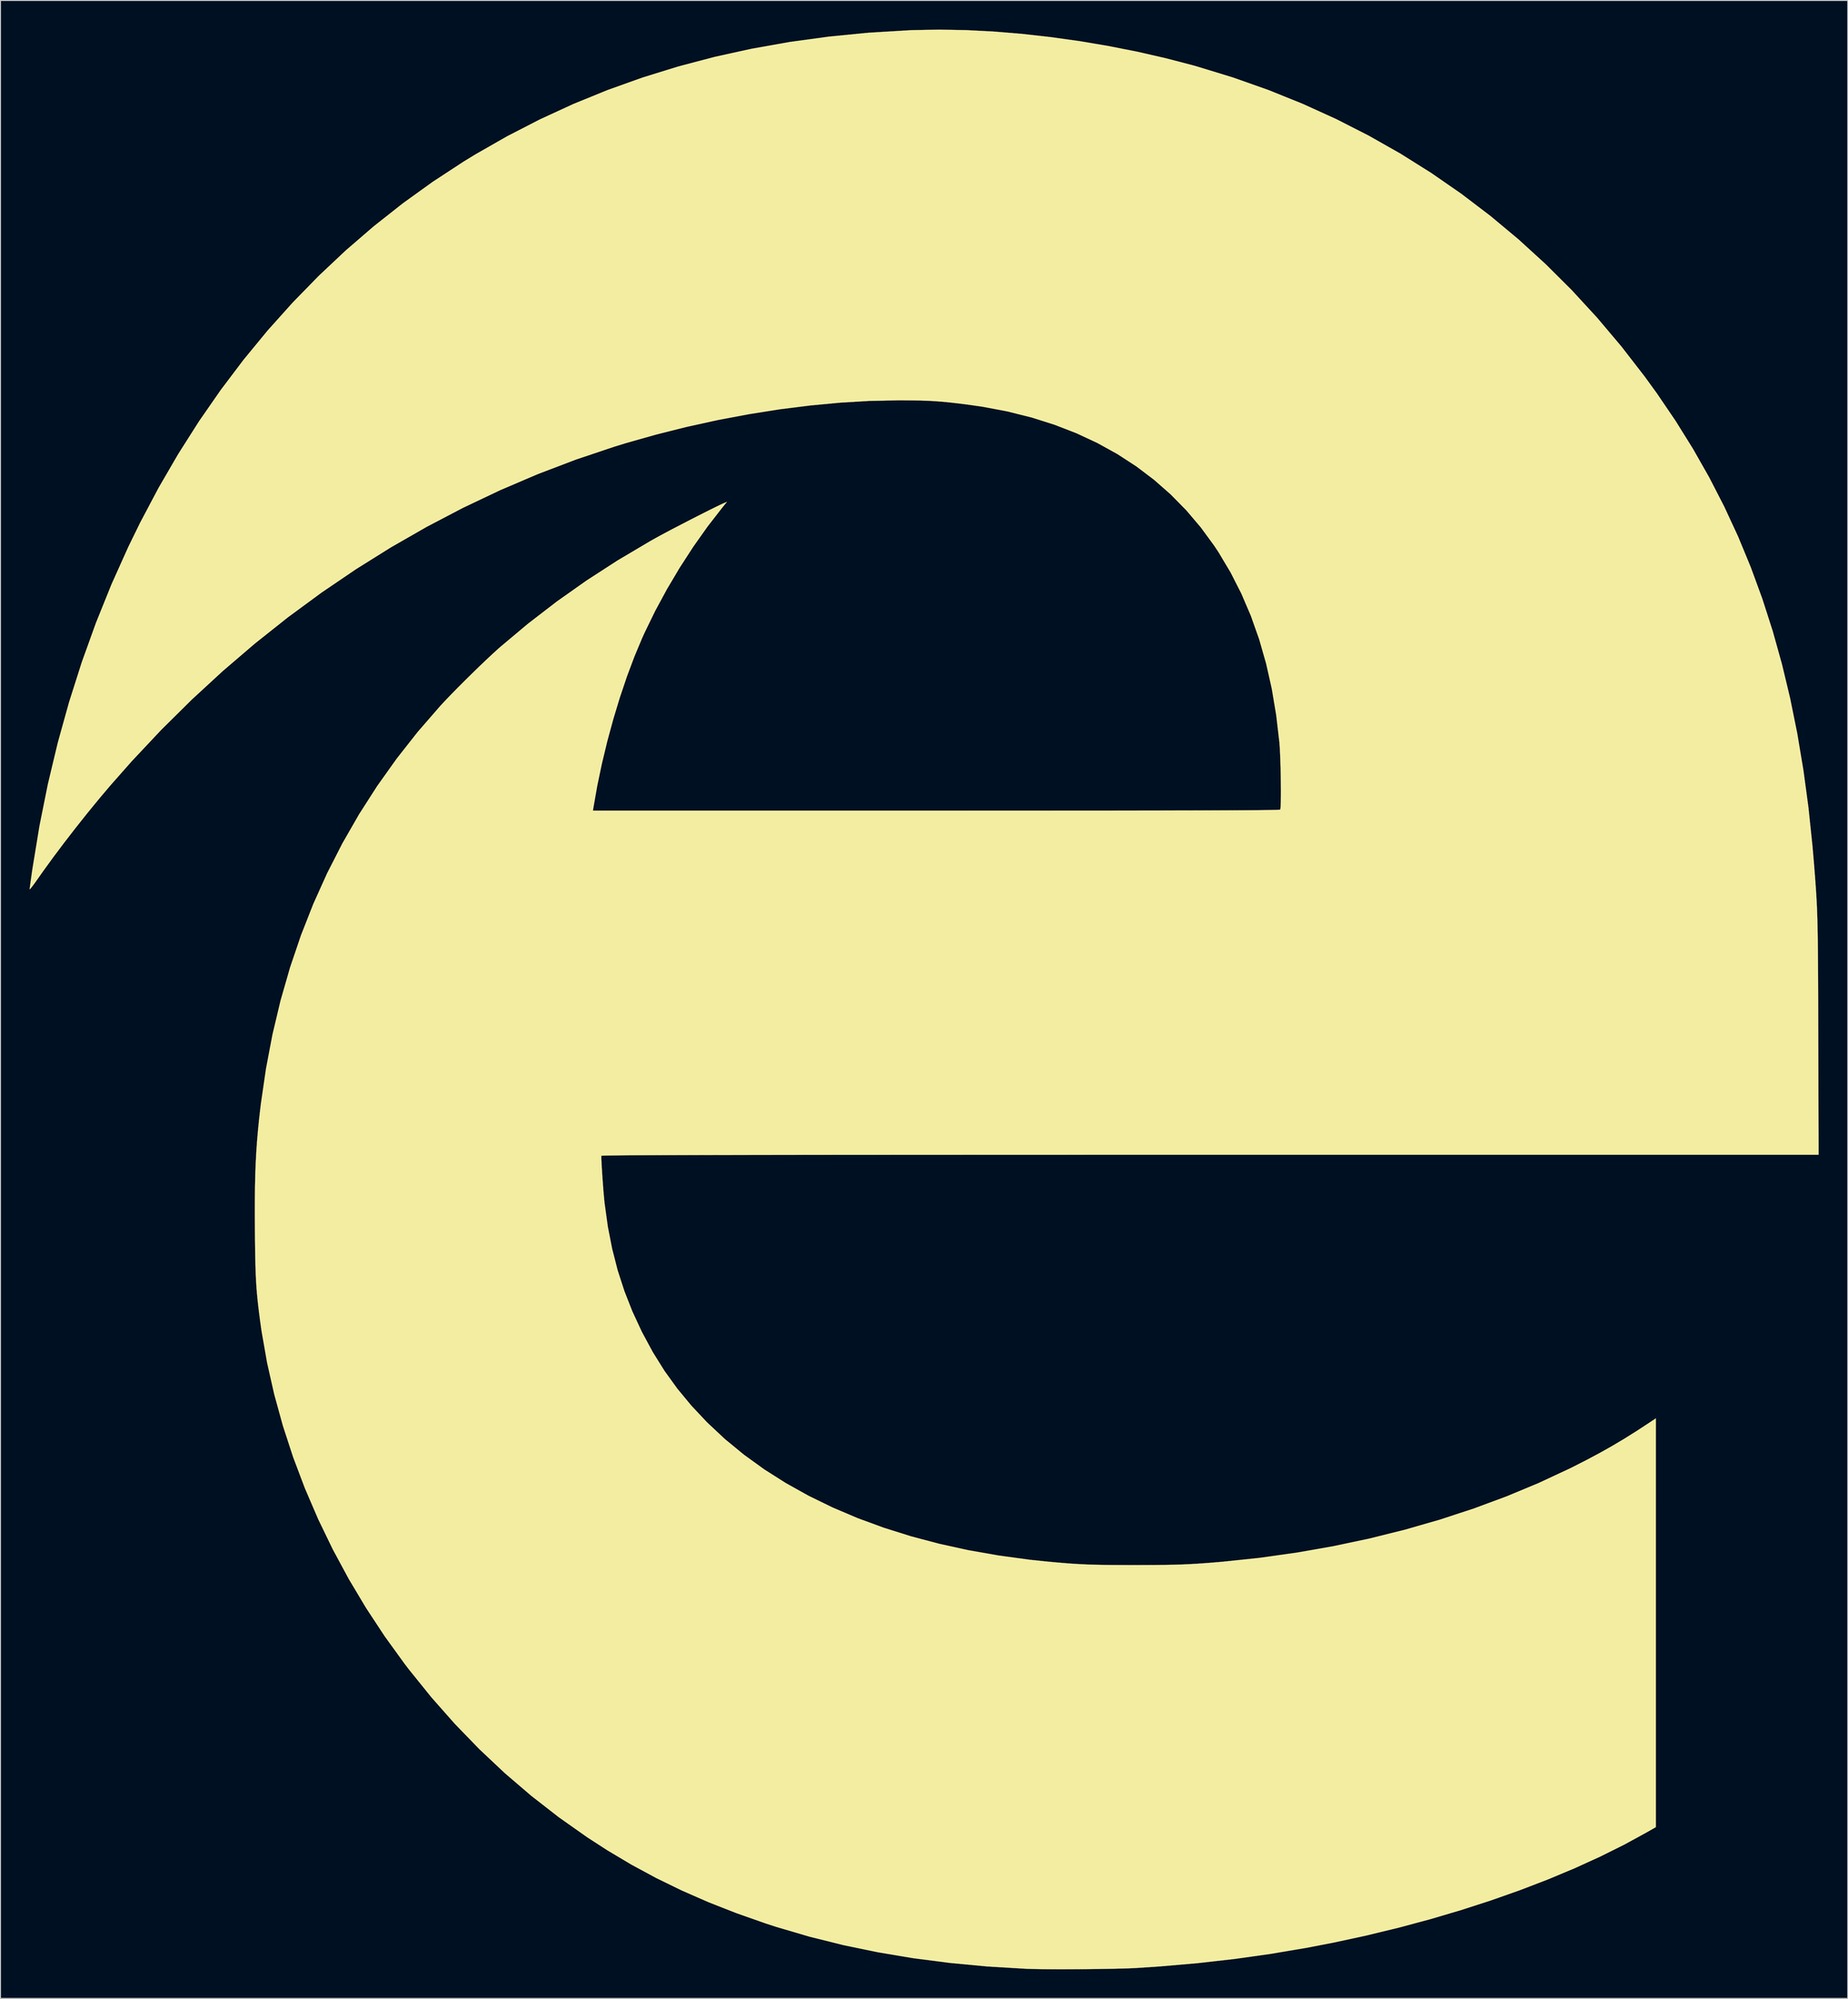
<source format=kicad_pcb>
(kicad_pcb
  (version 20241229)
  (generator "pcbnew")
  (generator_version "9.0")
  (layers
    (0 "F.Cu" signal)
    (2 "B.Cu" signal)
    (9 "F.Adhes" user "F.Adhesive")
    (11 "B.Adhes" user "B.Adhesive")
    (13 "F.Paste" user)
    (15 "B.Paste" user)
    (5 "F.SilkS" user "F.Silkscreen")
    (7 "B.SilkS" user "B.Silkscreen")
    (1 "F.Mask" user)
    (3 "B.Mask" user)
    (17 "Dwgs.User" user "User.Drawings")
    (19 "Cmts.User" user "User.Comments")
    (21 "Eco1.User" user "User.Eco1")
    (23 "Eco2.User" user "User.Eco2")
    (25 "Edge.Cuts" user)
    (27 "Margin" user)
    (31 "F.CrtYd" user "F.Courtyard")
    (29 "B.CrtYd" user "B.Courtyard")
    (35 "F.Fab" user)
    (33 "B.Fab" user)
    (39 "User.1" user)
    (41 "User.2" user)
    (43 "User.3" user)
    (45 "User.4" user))
  (footprint "edge_20x20_F"
    (layer "F.Cu")
    (at 92.207 99.974)
    (property "Reference" "edge_20x20_F" (at 0 0 0) (layer "F.SilkS") (effects (font (size 1.524 1.524) (thickness 0.3))))
    (attr through_hole)
    (fp_poly (pts (xy 4.321 -99.919) (xy 7.171 -99.772) (xy 10.087 -99.532) (xy 13.046 -99.202) (xy 16.026 -98.784) (xy 19.004 -98.282) (xy 21.956 -97.698) (xy 24.86 -97.036) (xy 27.693 -96.298) (xy 28.115 -96.179) (xy 31.836 -95.04) (xy 35.47 -93.757) (xy 39.016 -92.328) (xy 42.472 -90.757) (xy 45.838 -89.042) (xy 49.112 -87.186) (xy 52.294 -85.188) (xy 55.382 -83.05) (xy 58.375 -80.773) (xy 61.272 -78.357) (xy 64.072 -75.802) (xy 66.774 -73.111) (xy 69.376 -70.283) (xy 71.878 -67.319) (xy 74.279 -64.22) (xy 75.539 -62.483) (xy 77.468 -59.645) (xy 79.267 -56.756) (xy 80.94 -53.81) (xy 82.488 -50.8) (xy 83.914 -47.72) (xy 85.219 -44.563) (xy 86.406 -41.323) (xy 87.477 -37.994) (xy 88.434 -34.569) (xy 89.28 -31.042) (xy 90.015 -27.407) (xy 90.643 -23.658) (xy 91.166 -19.787) (xy 91.585 -15.789) (xy 91.732 -14.055) (xy 91.788 -13.352) (xy 91.838 -12.705) (xy 91.883 -12.103) (xy 91.924 -11.534) (xy 91.96 -10.987) (xy 91.992 -10.451) (xy 92.021 -9.915) (xy 92.046 -9.366) (xy 92.067 -8.795) (xy 92.086 -8.19) (xy 92.102 -7.539) (xy 92.116 -6.831) (xy 92.128 -6.055) (xy 92.137 -5.199) (xy 92.146 -4.253) (xy 92.153 -3.205) (xy 92.159 -2.044) (xy 92.164 -0.758) (xy 92.169 0.664) (xy 92.174 2.232) (xy 92.178 3.916) (xy 92.212 16.002) (xy 29.469 16.002) (xy 25.429 16.002) (xy 21.554 16.002) (xy 17.843 16.002) (xy 14.293 16.003) (xy 10.899 16.003) (xy 7.659 16.004) (xy 4.57 16.005) (xy 1.628 16.006) (xy -1.169 16.007) (xy -3.824 16.008) (xy -6.34 16.009) (xy -8.722 16.01) (xy -10.971 16.012) (xy -13.09 16.014) (xy -15.084 16.016) (xy -16.954 16.018) (xy -18.705 16.02) (xy -20.338 16.023) (xy -21.858 16.025) (xy -23.267 16.028) (xy -24.568 16.031) (xy -25.765 16.034) (xy -26.86 16.038) (xy -27.857 16.042) (xy -28.759 16.046) (xy -29.568 16.05) (xy -30.288 16.054) (xy -30.922 16.059) (xy -31.474 16.063) (xy -31.945 16.069) (xy -32.339 16.074) (xy -32.66 16.08) (xy -32.91 16.085) (xy -33.092 16.092) (xy -33.21 16.098) (xy -33.267 16.105) (xy -33.273 16.108) (xy -33.264 16.466) (xy -33.241 16.957) (xy -33.207 17.545) (xy -33.166 18.194) (xy -33.118 18.869) (xy -33.068 19.534) (xy -33.016 20.154) (xy -32.966 20.691) (xy -32.934 20.998) (xy -32.6 23.405) (xy -32.152 25.703) (xy -31.585 27.914) (xy -30.89 30.059) (xy -30.063 32.16) (xy -29.097 34.239) (xy -29.071 34.29) (xy -27.963 36.344) (xy -26.759 38.273) (xy -25.44 40.102) (xy -23.99 41.856) (xy -22.391 43.559) (xy -22.35 43.6) (xy -20.526 45.308) (xy -18.566 46.918) (xy -16.475 48.429) (xy -14.255 49.838) (xy -11.91 51.146) (xy -9.445 52.349) (xy -6.863 53.448) (xy -4.167 54.439) (xy -1.361 55.322) (xy 1.551 56.095) (xy 4.565 56.757) (xy 7.678 57.305) (xy 10.886 57.74) (xy 12.45 57.906) (xy 13.35 57.992) (xy 14.164 58.064) (xy 14.918 58.124) (xy 15.639 58.173) (xy 16.352 58.211) (xy 17.083 58.241) (xy 17.858 58.263) (xy 18.703 58.278) (xy 19.643 58.287) (xy 20.705 58.291) (xy 21.717 58.292) (xy 22.902 58.29) (xy 23.945 58.284) (xy 24.873 58.274) (xy 25.712 58.258) (xy 26.489 58.235) (xy 27.232 58.204) (xy 27.966 58.164) (xy 28.72 58.114) (xy 29.519 58.054) (xy 30.391 57.981) (xy 30.776 57.948) (xy 34.619 57.543) (xy 38.432 57.007) (xy 42.204 56.343) (xy 45.924 55.554) (xy 49.581 54.643) (xy 53.162 53.613) (xy 56.656 52.467) (xy 60.051 51.209) (xy 63.337 49.841) (xy 66.501 48.366) (xy 66.929 48.154) (xy 68.361 47.424) (xy 69.685 46.717) (xy 70.943 46.008) (xy 72.181 45.271) (xy 73.442 44.481) (xy 74.772 43.61) (xy 75.205 43.32) (xy 75.438 43.163) (xy 75.437 64.233) (xy 75.437 85.302) (xy 74.527 85.823) (xy 72.179 87.106) (xy 69.677 88.351) (xy 67.034 89.555) (xy 64.261 90.714) (xy 61.372 91.822) (xy 58.378 92.877) (xy 55.293 93.873) (xy 52.128 94.807) (xy 48.895 95.674) (xy 45.608 96.471) (xy 42.278 97.193) (xy 39.436 97.741) (xy 35.7 98.372) (xy 31.958 98.898) (xy 28.172 99.327) (xy 24.303 99.66) (xy 21.802 99.825) (xy 21.256 99.851) (xy 20.566 99.874) (xy 19.757 99.894) (xy 18.855 99.912) (xy 17.885 99.927) (xy 16.872 99.938) (xy 15.842 99.946) (xy 14.82 99.95) (xy 13.832 99.951) (xy 12.902 99.947) (xy 12.056 99.939) (xy 11.319 99.927) (xy 10.717 99.911) (xy 10.541 99.904) (xy 6.547 99.665) (xy 2.665 99.301) (xy -1.11 98.812) (xy -4.783 98.197) (xy -8.356 97.455) (xy -11.835 96.586) (xy -15.224 95.589) (xy -16.383 95.212) (xy -19.376 94.157) (xy -22.23 93.036) (xy -24.965 91.838) (xy -27.599 90.555) (xy -30.154 89.176) (xy -32.649 87.691) (xy -34.713 86.355) (xy -37.651 84.283) (xy -40.485 82.078) (xy -43.214 79.741) (xy -45.841 77.269) (xy -48.364 74.663) (xy -50.785 71.923) (xy -53.105 69.047) (xy -53.527 68.495) (xy -55.588 65.647) (xy -57.516 62.719) (xy -59.308 59.719) (xy -60.959 56.657) (xy -62.466 53.54) (xy -63.826 50.377) (xy -65.036 47.176) (xy -66.091 43.945) (xy -66.988 40.692) (xy -67.725 37.426) (xy -68.297 34.155) (xy -68.45 33.062) (xy -68.551 32.281) (xy -68.638 31.57) (xy -68.711 30.906) (xy -68.773 30.267) (xy -68.823 29.631) (xy -68.864 28.976) (xy -68.897 28.278) (xy -68.923 27.515) (xy -68.944 26.665) (xy -68.96 25.706) (xy -68.973 24.614) (xy -68.981 23.808) (xy -68.99 22.187) (xy -68.988 20.71) (xy -68.973 19.353) (xy -68.945 18.093) (xy -68.901 16.905) (xy -68.841 15.764) (xy -68.764 14.647) (xy -68.668 13.528) (xy -68.553 12.385) (xy -68.417 11.192) (xy -68.364 10.753) (xy -67.836 7.121) (xy -67.159 3.567) (xy -66.332 0.091) (xy -65.355 -3.306) (xy -64.23 -6.624) (xy -62.956 -9.862) (xy -61.533 -13.019) (xy -59.963 -16.095) (xy -58.244 -19.089) (xy -56.378 -22) (xy -54.364 -24.829) (xy -52.204 -27.574) (xy -49.896 -30.234) (xy -49.865 -30.268) (xy -49.351 -30.822) (xy -48.74 -31.458) (xy -48.058 -32.153) (xy -47.331 -32.881) (xy -46.582 -33.619) (xy -45.839 -34.341) (xy -45.125 -35.022) (xy -44.466 -35.638) (xy -43.887 -36.165) (xy -43.688 -36.34) (xy -40.83 -38.737) (xy -37.868 -41.017) (xy -34.793 -43.189) (xy -31.593 -45.259) (xy -28.26 -47.234) (xy -27.601 -47.604) (xy -27.182 -47.834) (xy -26.664 -48.112) (xy -26.068 -48.427) (xy -25.417 -48.767) (xy -24.732 -49.122) (xy -24.034 -49.482) (xy -23.344 -49.834) (xy -22.684 -50.169) (xy -22.075 -50.475) (xy -21.538 -50.741) (xy -21.095 -50.956) (xy -20.768 -51.11) (xy -20.635 -51.168) (xy -20.314 -51.302) (xy -20.812 -50.691) (xy -22.317 -48.753) (xy -23.783 -46.683) (xy -25.188 -44.516) (xy -26.509 -42.291) (xy -27.725 -40.042) (xy -28.813 -37.807) (xy -29.068 -37.241) (xy -29.866 -35.336) (xy -30.632 -33.292) (xy -31.357 -31.14) (xy -32.034 -28.908) (xy -32.654 -26.627) (xy -33.209 -24.326) (xy -33.689 -22.034) (xy -34.078 -19.833) (xy -34.136 -19.473) (xy 1.258 -19.473) (xy 4.278 -19.473) (xy 7.133 -19.474) (xy 9.827 -19.474) (xy 12.364 -19.475) (xy 14.748 -19.476) (xy 16.983 -19.477) (xy 19.072 -19.478) (xy 21.022 -19.48) (xy 22.834 -19.482) (xy 24.514 -19.484) (xy 26.065 -19.487) (xy 27.491 -19.489) (xy 28.797 -19.493) (xy 29.987 -19.496) (xy 31.064 -19.5) (xy 32.033 -19.504) (xy 32.898 -19.509) (xy 33.663 -19.514) (xy 34.332 -19.519) (xy 34.909 -19.525) (xy 35.398 -19.531) (xy 35.803 -19.537) (xy 36.128 -19.544) (xy 36.378 -19.552) (xy 36.556 -19.56) (xy 36.667 -19.568) (xy 36.714 -19.577) (xy 36.716 -19.579) (xy 36.741 -19.706) (xy 36.76 -19.981) (xy 36.774 -20.381) (xy 36.781 -20.884) (xy 36.783 -21.469) (xy 36.779 -22.114) (xy 36.771 -22.795) (xy 36.758 -23.493) (xy 36.741 -24.184) (xy 36.719 -24.846) (xy 36.694 -25.458) (xy 36.665 -25.998) (xy 36.633 -26.444) (xy 36.628 -26.501) (xy 36.3 -29.324) (xy 35.844 -32.038) (xy 35.257 -34.645) (xy 34.54 -37.144) (xy 33.693 -39.537) (xy 32.715 -41.824) (xy 31.607 -44.006) (xy 30.367 -46.084) (xy 29.912 -46.773) (xy 28.534 -48.656) (xy 27.04 -50.417) (xy 25.432 -52.055) (xy 23.71 -53.569) (xy 21.876 -54.957) (xy 19.932 -56.22) (xy 17.88 -57.355) (xy 15.721 -58.363) (xy 13.456 -59.242) (xy 11.087 -59.992) (xy 8.616 -60.611) (xy 6.044 -61.099) (xy 4.368 -61.339) (xy 3.44 -61.453) (xy 2.619 -61.545) (xy 1.868 -61.617) (xy 1.151 -61.672) (xy 0.432 -61.711) (xy -0.326 -61.737) (xy -1.158 -61.752) (xy -2.101 -61.759) (xy -2.752 -61.759) (xy -5.651 -61.698) (xy -8.651 -61.521) (xy -11.731 -61.233) (xy -14.871 -60.836) (xy -18.051 -60.334) (xy -21.25 -59.731) (xy -24.447 -59.029) (xy -27.623 -58.232) (xy -30.757 -57.344) (xy -31.931 -56.983) (xy -35.905 -55.648) (xy -39.828 -54.153) (xy -43.697 -52.499) (xy -47.508 -50.69) (xy -51.258 -48.728) (xy -54.943 -46.616) (xy -58.56 -44.355) (xy -62.105 -41.948) (xy -65.575 -39.397) (xy -68.965 -36.705) (xy -72.273 -33.874) (xy -75.495 -30.907) (xy -78.627 -27.806) (xy -81.666 -24.573) (xy -83.877 -22.069) (xy -85.047 -20.684) (xy -86.247 -19.218) (xy -87.45 -17.705) (xy -88.628 -16.181) (xy -89.755 -14.681) (xy -90.802 -13.24) (xy -91.385 -12.414) (xy -91.652 -12.036) (xy -91.882 -11.723) (xy -92.061 -11.494) (xy -92.172 -11.368) (xy -92.202 -11.357) (xy -92.19 -11.471) (xy -92.157 -11.728) (xy -92.106 -12.103) (xy -92.04 -12.572) (xy -91.964 -13.11) (xy -91.906 -13.506) (xy -91.19 -17.878) (xy -90.322 -22.197) (xy -89.304 -26.457) (xy -88.137 -30.652) (xy -86.825 -34.775) (xy -85.367 -38.822) (xy -83.768 -42.786) (xy -82.027 -46.661) (xy -80.811 -49.149) (xy -78.912 -52.737) (xy -76.893 -56.213) (xy -74.758 -59.575) (xy -72.507 -62.821) (xy -70.145 -65.947) (xy -67.672 -68.952) (xy -65.091 -71.832) (xy -62.405 -74.585) (xy -59.616 -77.21) (xy -56.726 -79.702) (xy -53.738 -82.06) (xy -50.653 -84.281) (xy -47.474 -86.362) (xy -46.27 -87.099) (xy -42.97 -88.984) (xy -39.596 -90.72) (xy -36.148 -92.307) (xy -32.623 -93.744) (xy -29.021 -95.032) (xy -25.342 -96.171) (xy -21.583 -97.162) (xy -17.746 -98.005) (xy -13.827 -98.7) (xy -9.828 -99.248) (xy -5.746 -99.648) (xy -1.58 -99.9) (xy -1.087 -99.92) (xy 1.561 -99.969) (xy 4.321 -99.919)) (stroke (width 0.01) (type solid)) (fill yes) (layer "F.SilkS")))
  (gr_rect
    (start -3 -3)
    (end 187.424 202.93)
    (stroke (width 0.1) (type default))
    (fill no)
    (layer "Edge.Cuts")))
</source>
